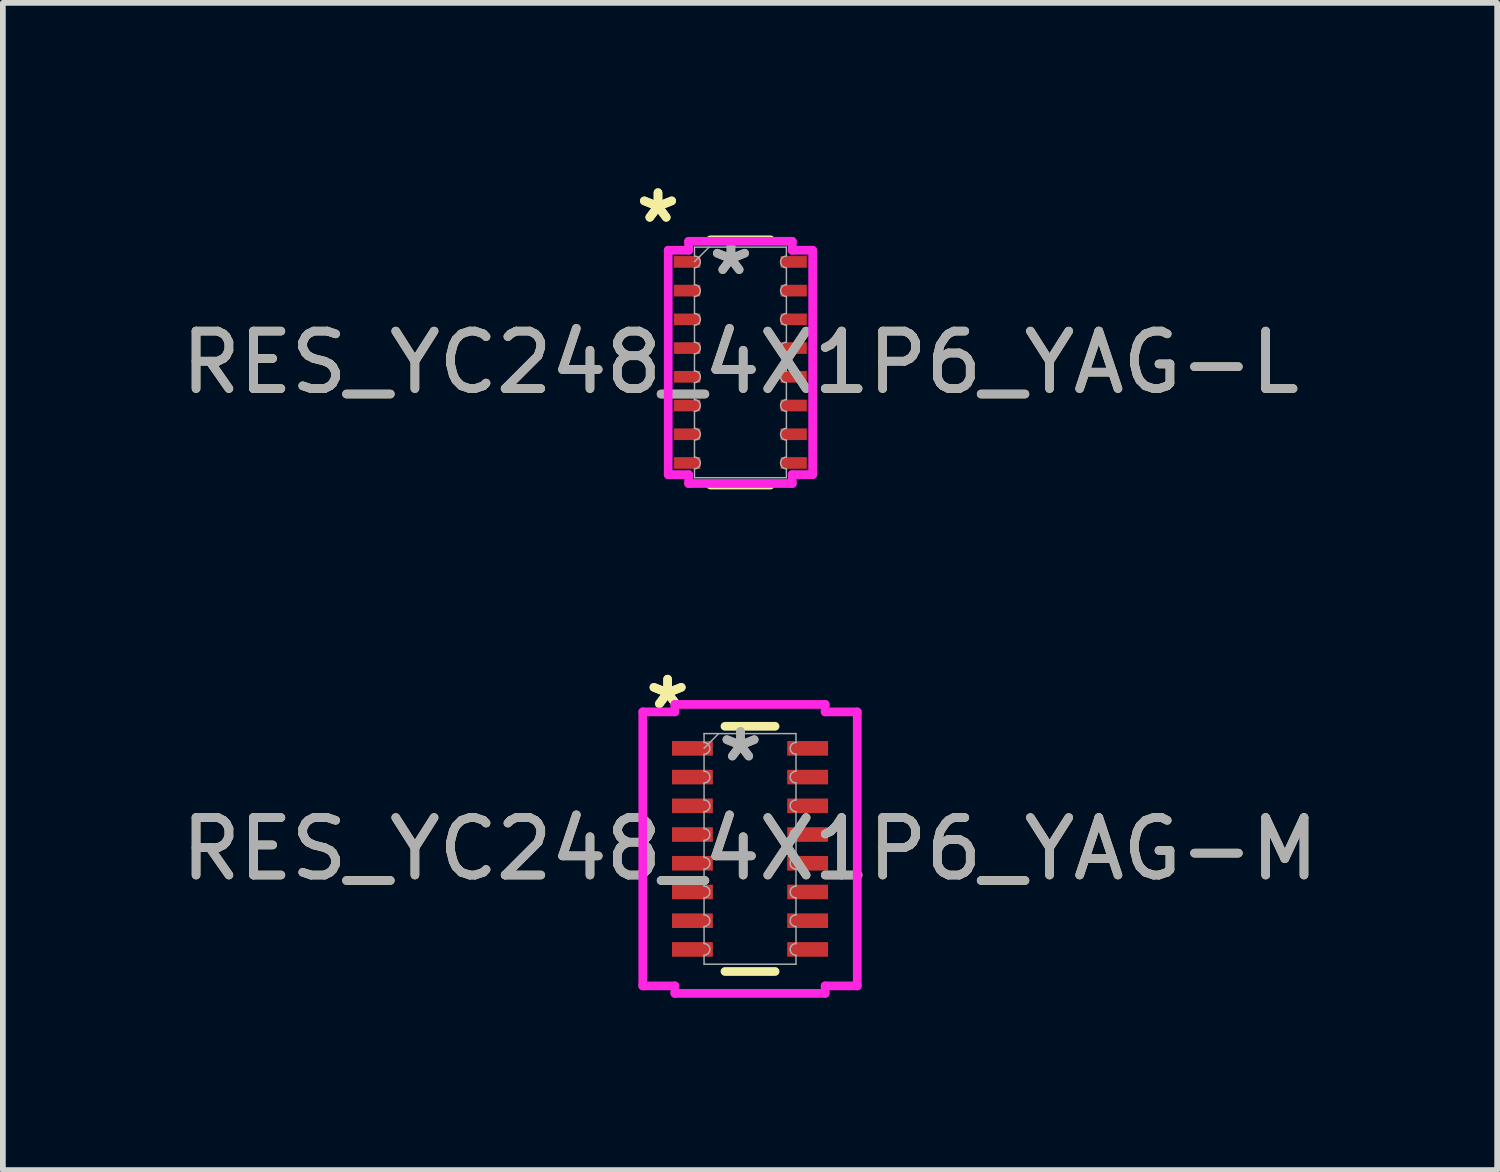
<source format=kicad_pcb>
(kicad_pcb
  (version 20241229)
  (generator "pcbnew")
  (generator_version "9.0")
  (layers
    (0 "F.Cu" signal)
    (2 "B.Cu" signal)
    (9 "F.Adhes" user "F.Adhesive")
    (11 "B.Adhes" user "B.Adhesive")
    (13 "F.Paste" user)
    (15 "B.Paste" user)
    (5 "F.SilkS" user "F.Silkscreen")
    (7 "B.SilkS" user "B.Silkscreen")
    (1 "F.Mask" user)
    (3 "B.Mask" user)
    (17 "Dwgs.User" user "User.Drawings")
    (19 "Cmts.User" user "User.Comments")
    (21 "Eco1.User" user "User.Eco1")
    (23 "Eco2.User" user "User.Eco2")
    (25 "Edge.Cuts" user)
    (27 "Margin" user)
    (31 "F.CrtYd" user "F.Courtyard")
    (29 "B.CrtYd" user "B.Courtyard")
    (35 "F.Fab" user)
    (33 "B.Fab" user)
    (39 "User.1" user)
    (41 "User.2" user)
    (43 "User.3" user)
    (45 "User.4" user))
  (footprint "RES_YC248_4X1P6_YAG-L"
    (layer "F.Cu")
    (at 9.839 3.259)
    (property "Reference" "RES_YC248_4X1P6_YAG-L" (at 0 0 0) (unlocked yes) (layer "F.SilkS") (effects (font (size 1 1) (thickness 0.15))))
    (attr smd)
    (fp_line (start -0.522 -2.134) (end 0.522 -2.134) (stroke (width 0.152) (type solid)) (layer "F.SilkS"))
    (fp_line (start -0.522 2.134) (end 0.522 2.134) (stroke (width 0.152) (type solid)) (layer "F.SilkS"))
    (fp_line (start -1.257 -1.953) (end -0.902 -1.953) (stroke (width 0.152) (type solid)) (layer "F.CrtYd"))
    (fp_line (start -1.257 1.953) (end -1.257 -1.953) (stroke (width 0.152) (type solid)) (layer "F.CrtYd"))
    (fp_line (start -1.257 1.953) (end -0.902 1.953) (stroke (width 0.152) (type solid)) (layer "F.CrtYd"))
    (fp_line (start -0.902 -2.108) (end 0.902 -2.108) (stroke (width 0.152) (type solid)) (layer "F.CrtYd"))
    (fp_line (start -0.902 -1.953) (end -0.902 -2.108) (stroke (width 0.152) (type solid)) (layer "F.CrtYd"))
    (fp_line (start -0.902 2.108) (end -0.902 1.953) (stroke (width 0.152) (type solid)) (layer "F.CrtYd"))
    (fp_line (start 0.902 -2.108) (end 0.902 -1.953) (stroke (width 0.152) (type solid)) (layer "F.CrtYd"))
    (fp_line (start 0.902 1.953) (end 0.902 2.108) (stroke (width 0.152) (type solid)) (layer "F.CrtYd"))
    (fp_line (start 0.902 2.108) (end -0.902 2.108) (stroke (width 0.152) (type solid)) (layer "F.CrtYd"))
    (fp_line (start 1.257 -1.953) (end 0.902 -1.953) (stroke (width 0.152) (type solid)) (layer "F.CrtYd"))
    (fp_line (start 1.257 -1.953) (end 1.257 1.953) (stroke (width 0.152) (type solid)) (layer "F.CrtYd"))
    (fp_line (start 1.257 1.953) (end 0.902 1.953) (stroke (width 0.152) (type solid)) (layer "F.CrtYd"))
    (fp_line (start -0.8 -2.007) (end 0.8 -2.007) (stroke (width 0.025) (type solid)) (layer "F.Fab"))
    (fp_line (start -0.8 -1.852) (end -0.8 -2.007) (stroke (width 0.025) (type solid)) (layer "F.Fab"))
    (fp_line (start -0.8 -1.648) (end -0.8 -1.352) (stroke (width 0.025) (type solid)) (layer "F.Fab"))
    (fp_line (start -0.8 -1.148) (end -0.8 -0.852) (stroke (width 0.025) (type solid)) (layer "F.Fab"))
    (fp_line (start -0.8 -0.648) (end -0.8 -0.352) (stroke (width 0.025) (type solid)) (layer "F.Fab"))
    (fp_line (start -0.8 -0.148) (end -0.8 0.148) (stroke (width 0.025) (type solid)) (layer "F.Fab"))
    (fp_line (start -0.8 0.352) (end -0.8 0.648) (stroke (width 0.025) (type solid)) (layer "F.Fab"))
    (fp_line (start -0.8 0.852) (end -0.8 1.148) (stroke (width 0.025) (type solid)) (layer "F.Fab"))
    (fp_line (start -0.8 1.352) (end -0.8 1.648) (stroke (width 0.025) (type solid)) (layer "F.Fab"))
    (fp_line (start -0.8 1.852) (end -0.8 2.007) (stroke (width 0.025) (type solid)) (layer "F.Fab"))
    (fp_line (start -0.8 2.007) (end 0.8 2.007) (stroke (width 0.025) (type solid)) (layer "F.Fab"))
    (fp_line (start -0.546 -2.007) (end -0.8 -1.753) (stroke (width 0.025) (type solid)) (layer "F.Fab"))
    (fp_line (start 0.8 -1.852) (end 0.8 -2.007) (stroke (width 0.025) (type solid)) (layer "F.Fab"))
    (fp_line (start 0.8 -1.648) (end 0.8 -1.352) (stroke (width 0.025) (type solid)) (layer "F.Fab"))
    (fp_line (start 0.8 -1.148) (end 0.8 -0.852) (stroke (width 0.025) (type solid)) (layer "F.Fab"))
    (fp_line (start 0.8 -0.648) (end 0.8 -0.352) (stroke (width 0.025) (type solid)) (layer "F.Fab"))
    (fp_line (start 0.8 -0.148) (end 0.8 0.148) (stroke (width 0.025) (type solid)) (layer "F.Fab"))
    (fp_line (start 0.8 0.352) (end 0.8 0.648) (stroke (width 0.025) (type solid)) (layer "F.Fab"))
    (fp_line (start 0.8 0.852) (end 0.8 1.148) (stroke (width 0.025) (type solid)) (layer "F.Fab"))
    (fp_line (start 0.8 1.352) (end 0.8 1.648) (stroke (width 0.025) (type solid)) (layer "F.Fab"))
    (fp_line (start 0.8 1.852) (end 0.8 2.007) (stroke (width 0.025) (type solid)) (layer "F.Fab"))
    (fp_arc (start -0.8001 -1.851599) (mid -0.6985 -1.749999) (end -0.8001 -1.648399) (stroke (width 0.0254) (type solid)) (layer "F.Fab"))
    (fp_arc (start -0.8001 -1.3516) (mid -0.6985 -1.25) (end -0.8001 -1.1484) (stroke (width 0.0254) (type solid)) (layer "F.Fab"))
    (fp_arc (start -0.8001 -0.851601) (mid -0.6985 -0.750001) (end -0.8001 -0.648401) (stroke (width 0.0254) (type solid)) (layer "F.Fab"))
    (fp_arc (start -0.8001 -0.351599) (mid -0.6985 -0.25) (end -0.8001 -0.1484) (stroke (width 0.0254) (type solid)) (layer "F.Fab"))
    (fp_arc (start -0.8001 0.1484) (mid -0.6985 0.249999) (end -0.8001 0.351599) (stroke (width 0.0254) (type solid)) (layer "F.Fab"))
    (fp_arc (start -0.8001 0.648401) (mid -0.6985 0.750001) (end -0.8001 0.851601) (stroke (width 0.0254) (type solid)) (layer "F.Fab"))
    (fp_arc (start -0.8001 1.1484) (mid -0.6985 1.25) (end -0.8001 1.3516) (stroke (width 0.0254) (type solid)) (layer "F.Fab"))
    (fp_arc (start -0.8001 1.648399) (mid -0.6985 1.749999) (end -0.8001 1.851599) (stroke (width 0.0254) (type solid)) (layer "F.Fab"))
    (fp_arc (start 0.8001 -1.648399) (mid 0.6985 -1.749999) (end 0.8001 -1.851599) (stroke (width 0.0254) (type solid)) (layer "F.Fab"))
    (fp_arc (start 0.8001 -1.1484) (mid 0.6985 -1.25) (end 0.8001 -1.3516) (stroke (width 0.0254) (type solid)) (layer "F.Fab"))
    (fp_arc (start 0.8001 -0.648401) (mid 0.6985 -0.750001) (end 0.8001 -0.851601) (stroke (width 0.0254) (type solid)) (layer "F.Fab"))
    (fp_arc (start 0.8001 -0.1484) (mid 0.6985 -0.249999) (end 0.8001 -0.351599) (stroke (width 0.0254) (type solid)) (layer "F.Fab"))
    (fp_arc (start 0.8001 0.351599) (mid 0.6985 0.25) (end 0.8001 0.1484) (stroke (width 0.0254) (type solid)) (layer "F.Fab"))
    (fp_arc (start 0.8001 0.851601) (mid 0.6985 0.750001) (end 0.8001 0.648401) (stroke (width 0.0254) (type solid)) (layer "F.Fab"))
    (fp_arc (start 0.8001 1.3516) (mid 0.6985 1.25) (end 0.8001 1.1484) (stroke (width 0.0254) (type solid)) (layer "F.Fab"))
    (fp_arc (start 0.8001 1.851599) (mid 0.6985 1.749999) (end 0.8001 1.648399) (stroke (width 0.0254) (type solid)) (layer "F.Fab"))
    (fp_text user "*" (at -1.435 -2.41 0) (layer "F.SilkS") (effects (font (size 1 1) (thickness 0.15))))
    (fp_text user "*" (at -1.435 -2.41 0) (unlocked yes) (layer "F.SilkS") (effects (font (size 1 1) (thickness 0.15))))
    (fp_text user "${REFERENCE}" (at 0 0 0) (unlocked yes) (layer "F.Fab") (effects (font (size 1 1) (thickness 0.15))))
    (fp_text user "*" (at -0.165 -1.499 0) (unlocked yes) (layer "F.Fab") (effects (font (size 1 1) (thickness 0.15))))
    (fp_text user "*" (at -0.165 -1.499 0) (layer "F.Fab") (effects (font (size 1 1) (thickness 0.15))))
    (pad "1" smd rect (at -0.927 -1.75) (size 0.457 0.203) (layers "F.Cu" "F.Mask" "F.Paste"))
    (pad "2" smd rect (at -0.927 -1.25) (size 0.457 0.203) (layers "F.Cu" "F.Mask" "F.Paste"))
    (pad "3" smd rect (at -0.927 -0.75) (size 0.457 0.203) (layers "F.Cu" "F.Mask" "F.Paste"))
    (pad "4" smd rect (at -0.927 -0.25) (size 0.457 0.203) (layers "F.Cu" "F.Mask" "F.Paste"))
    (pad "5" smd rect (at -0.927 0.25) (size 0.457 0.203) (layers "F.Cu" "F.Mask" "F.Paste"))
    (pad "6" smd rect (at -0.927 0.75) (size 0.457 0.203) (layers "F.Cu" "F.Mask" "F.Paste"))
    (pad "7" smd rect (at -0.927 1.25) (size 0.457 0.203) (layers "F.Cu" "F.Mask" "F.Paste"))
    (pad "8" smd rect (at -0.927 1.75) (size 0.457 0.203) (layers "F.Cu" "F.Mask" "F.Paste"))
    (pad "9" smd rect (at 0.927 1.75) (size 0.457 0.203) (layers "F.Cu" "F.Mask" "F.Paste"))
    (pad "10" smd rect (at 0.927 1.25) (size 0.457 0.203) (layers "F.Cu" "F.Mask" "F.Paste"))
    (pad "11" smd rect (at 0.927 0.75) (size 0.457 0.203) (layers "F.Cu" "F.Mask" "F.Paste"))
    (pad "12" smd rect (at 0.927 0.25) (size 0.457 0.203) (layers "F.Cu" "F.Mask" "F.Paste"))
    (pad "13" smd rect (at 0.927 -0.25) (size 0.457 0.203) (layers "F.Cu" "F.Mask" "F.Paste"))
    (pad "14" smd rect (at 0.927 -0.75) (size 0.457 0.203) (layers "F.Cu" "F.Mask" "F.Paste"))
    (pad "15" smd rect (at 0.927 -1.25) (size 0.457 0.203) (layers "F.Cu" "F.Mask" "F.Paste"))
    (pad "16" smd rect (at 0.927 -1.75) (size 0.457 0.203) (layers "F.Cu" "F.Mask" "F.Paste")))
  (footprint "RES_YC248_4X1P6_YAG-M"
    (layer "F.Cu")
    (at 10.006 11.727)
    (property "Reference" "RES_YC248_4X1P6_YAG-M" (at 0 0 0) (unlocked yes) (layer "F.SilkS") (effects (font (size 1 1) (thickness 0.15))))
    (attr smd)
    (fp_line (start -0.436 -2.134) (end 0.436 -2.134) (stroke (width 0.152) (type solid)) (layer "F.SilkS"))
    (fp_line (start -0.436 2.134) (end 0.436 2.134) (stroke (width 0.152) (type solid)) (layer "F.SilkS"))
    (fp_line (start -1.867 -2.385) (end -1.308 -2.385) (stroke (width 0.152) (type solid)) (layer "F.CrtYd"))
    (fp_line (start -1.867 2.385) (end -1.867 -2.385) (stroke (width 0.152) (type solid)) (layer "F.CrtYd"))
    (fp_line (start -1.867 2.385) (end -1.308 2.385) (stroke (width 0.152) (type solid)) (layer "F.CrtYd"))
    (fp_line (start -1.308 -2.515) (end 1.308 -2.515) (stroke (width 0.152) (type solid)) (layer "F.CrtYd"))
    (fp_line (start -1.308 -2.385) (end -1.308 -2.515) (stroke (width 0.152) (type solid)) (layer "F.CrtYd"))
    (fp_line (start -1.308 2.515) (end -1.308 2.385) (stroke (width 0.152) (type solid)) (layer "F.CrtYd"))
    (fp_line (start 1.308 -2.515) (end 1.308 -2.385) (stroke (width 0.152) (type solid)) (layer "F.CrtYd"))
    (fp_line (start 1.308 2.385) (end 1.308 2.515) (stroke (width 0.152) (type solid)) (layer "F.CrtYd"))
    (fp_line (start 1.308 2.515) (end -1.308 2.515) (stroke (width 0.152) (type solid)) (layer "F.CrtYd"))
    (fp_line (start 1.867 -2.385) (end 1.308 -2.385) (stroke (width 0.152) (type solid)) (layer "F.CrtYd"))
    (fp_line (start 1.867 -2.385) (end 1.867 2.385) (stroke (width 0.152) (type solid)) (layer "F.CrtYd"))
    (fp_line (start 1.867 2.385) (end 1.308 2.385) (stroke (width 0.152) (type solid)) (layer "F.CrtYd"))
    (fp_line (start -0.8 -2.007) (end 0.8 -2.007) (stroke (width 0.025) (type solid)) (layer "F.Fab"))
    (fp_line (start -0.8 -1.852) (end -0.8 -2.007) (stroke (width 0.025) (type solid)) (layer "F.Fab"))
    (fp_line (start -0.8 -1.648) (end -0.8 -1.352) (stroke (width 0.025) (type solid)) (layer "F.Fab"))
    (fp_line (start -0.8 -1.148) (end -0.8 -0.852) (stroke (width 0.025) (type solid)) (layer "F.Fab"))
    (fp_line (start -0.8 -0.648) (end -0.8 -0.352) (stroke (width 0.025) (type solid)) (layer "F.Fab"))
    (fp_line (start -0.8 -0.148) (end -0.8 0.148) (stroke (width 0.025) (type solid)) (layer "F.Fab"))
    (fp_line (start -0.8 0.352) (end -0.8 0.648) (stroke (width 0.025) (type solid)) (layer "F.Fab"))
    (fp_line (start -0.8 0.852) (end -0.8 1.148) (stroke (width 0.025) (type solid)) (layer "F.Fab"))
    (fp_line (start -0.8 1.352) (end -0.8 1.648) (stroke (width 0.025) (type solid)) (layer "F.Fab"))
    (fp_line (start -0.8 1.852) (end -0.8 2.007) (stroke (width 0.025) (type solid)) (layer "F.Fab"))
    (fp_line (start -0.8 2.007) (end 0.8 2.007) (stroke (width 0.025) (type solid)) (layer "F.Fab"))
    (fp_line (start -0.546 -2.007) (end -0.8 -1.753) (stroke (width 0.025) (type solid)) (layer "F.Fab"))
    (fp_line (start 0.8 -1.852) (end 0.8 -2.007) (stroke (width 0.025) (type solid)) (layer "F.Fab"))
    (fp_line (start 0.8 -1.648) (end 0.8 -1.352) (stroke (width 0.025) (type solid)) (layer "F.Fab"))
    (fp_line (start 0.8 -1.148) (end 0.8 -0.852) (stroke (width 0.025) (type solid)) (layer "F.Fab"))
    (fp_line (start 0.8 -0.648) (end 0.8 -0.352) (stroke (width 0.025) (type solid)) (layer "F.Fab"))
    (fp_line (start 0.8 -0.148) (end 0.8 0.148) (stroke (width 0.025) (type solid)) (layer "F.Fab"))
    (fp_line (start 0.8 0.352) (end 0.8 0.648) (stroke (width 0.025) (type solid)) (layer "F.Fab"))
    (fp_line (start 0.8 0.852) (end 0.8 1.148) (stroke (width 0.025) (type solid)) (layer "F.Fab"))
    (fp_line (start 0.8 1.352) (end 0.8 1.648) (stroke (width 0.025) (type solid)) (layer "F.Fab"))
    (fp_line (start 0.8 1.852) (end 0.8 2.007) (stroke (width 0.025) (type solid)) (layer "F.Fab"))
    (fp_arc (start -0.8001 -1.851599) (mid -0.6985 -1.749999) (end -0.8001 -1.648399) (stroke (width 0.0254) (type solid)) (layer "F.Fab"))
    (fp_arc (start -0.8001 -1.3516) (mid -0.6985 -1.25) (end -0.8001 -1.1484) (stroke (width 0.0254) (type solid)) (layer "F.Fab"))
    (fp_arc (start -0.8001 -0.851601) (mid -0.6985 -0.750001) (end -0.8001 -0.648401) (stroke (width 0.0254) (type solid)) (layer "F.Fab"))
    (fp_arc (start -0.8001 -0.351599) (mid -0.6985 -0.25) (end -0.8001 -0.1484) (stroke (width 0.0254) (type solid)) (layer "F.Fab"))
    (fp_arc (start -0.8001 0.1484) (mid -0.6985 0.249999) (end -0.8001 0.351599) (stroke (width 0.0254) (type solid)) (layer "F.Fab"))
    (fp_arc (start -0.8001 0.648401) (mid -0.6985 0.750001) (end -0.8001 0.851601) (stroke (width 0.0254) (type solid)) (layer "F.Fab"))
    (fp_arc (start -0.8001 1.1484) (mid -0.6985 1.25) (end -0.8001 1.3516) (stroke (width 0.0254) (type solid)) (layer "F.Fab"))
    (fp_arc (start -0.8001 1.648399) (mid -0.6985 1.749999) (end -0.8001 1.851599) (stroke (width 0.0254) (type solid)) (layer "F.Fab"))
    (fp_arc (start 0.8001 -1.648399) (mid 0.6985 -1.749999) (end 0.8001 -1.851599) (stroke (width 0.0254) (type solid)) (layer "F.Fab"))
    (fp_arc (start 0.8001 -1.1484) (mid 0.6985 -1.25) (end 0.8001 -1.3516) (stroke (width 0.0254) (type solid)) (layer "F.Fab"))
    (fp_arc (start 0.8001 -0.648401) (mid 0.6985 -0.750001) (end 0.8001 -0.851601) (stroke (width 0.0254) (type solid)) (layer "F.Fab"))
    (fp_arc (start 0.8001 -0.1484) (mid 0.6985 -0.249999) (end 0.8001 -0.351599) (stroke (width 0.0254) (type solid)) (layer "F.Fab"))
    (fp_arc (start 0.8001 0.351599) (mid 0.6985 0.25) (end 0.8001 0.1484) (stroke (width 0.0254) (type solid)) (layer "F.Fab"))
    (fp_arc (start 0.8001 0.851601) (mid 0.6985 0.750001) (end 0.8001 0.648401) (stroke (width 0.0254) (type solid)) (layer "F.Fab"))
    (fp_arc (start 0.8001 1.3516) (mid 0.6985 1.25) (end 0.8001 1.1484) (stroke (width 0.0254) (type solid)) (layer "F.Fab"))
    (fp_arc (start 0.8001 1.851599) (mid 0.6985 1.749999) (end 0.8001 1.648399) (stroke (width 0.0254) (type solid)) (layer "F.Fab"))
    (fp_text user "*" (at -1.435 -2.41 0) (layer "F.SilkS") (effects (font (size 1 1) (thickness 0.15))))
    (fp_text user "*" (at -1.435 -2.41 0) (unlocked yes) (layer "F.SilkS") (effects (font (size 1 1) (thickness 0.15))))
    (fp_text user "${REFERENCE}" (at 0 0 0) (unlocked yes) (layer "F.Fab") (effects (font (size 1 1) (thickness 0.15))))
    (fp_text user "*" (at -0.165 -1.499 0) (layer "F.Fab") (effects (font (size 1 1) (thickness 0.15))))
    (fp_text user "*" (at -0.165 -1.499 0) (unlocked yes) (layer "F.Fab") (effects (font (size 1 1) (thickness 0.15))))
    (pad "1" smd rect (at -1.003 -1.75) (size 0.711 0.254) (layers "F.Cu" "F.Mask" "F.Paste"))
    (pad "2" smd rect (at -1.003 -1.25) (size 0.711 0.254) (layers "F.Cu" "F.Mask" "F.Paste"))
    (pad "3" smd rect (at -1.003 -0.75) (size 0.711 0.254) (layers "F.Cu" "F.Mask" "F.Paste"))
    (pad "4" smd rect (at -1.003 -0.25) (size 0.711 0.254) (layers "F.Cu" "F.Mask" "F.Paste"))
    (pad "5" smd rect (at -1.003 0.25) (size 0.711 0.254) (layers "F.Cu" "F.Mask" "F.Paste"))
    (pad "6" smd rect (at -1.003 0.75) (size 0.711 0.254) (layers "F.Cu" "F.Mask" "F.Paste"))
    (pad "7" smd rect (at -1.003 1.25) (size 0.711 0.254) (layers "F.Cu" "F.Mask" "F.Paste"))
    (pad "8" smd rect (at -1.003 1.75) (size 0.711 0.254) (layers "F.Cu" "F.Mask" "F.Paste"))
    (pad "9" smd rect (at 1.003 1.75) (size 0.711 0.254) (layers "F.Cu" "F.Mask" "F.Paste"))
    (pad "10" smd rect (at 1.003 1.25) (size 0.711 0.254) (layers "F.Cu" "F.Mask" "F.Paste"))
    (pad "11" smd rect (at 1.003 0.75) (size 0.711 0.254) (layers "F.Cu" "F.Mask" "F.Paste"))
    (pad "12" smd rect (at 1.003 0.25) (size 0.711 0.254) (layers "F.Cu" "F.Mask" "F.Paste"))
    (pad "13" smd rect (at 1.003 -0.25) (size 0.711 0.254) (layers "F.Cu" "F.Mask" "F.Paste"))
    (pad "14" smd rect (at 1.003 -0.75) (size 0.711 0.254) (layers "F.Cu" "F.Mask" "F.Paste"))
    (pad "15" smd rect (at 1.003 -1.25) (size 0.711 0.254) (layers "F.Cu" "F.Mask" "F.Paste"))
    (pad "16" smd rect (at 1.003 -1.75) (size 0.711 0.254) (layers "F.Cu" "F.Mask" "F.Paste")))
  (gr_rect
    (start -3 -3)
    (end 23.012 17.318)
    (stroke (width 0.1) (type default))
    (fill no)
    (layer "Edge.Cuts")))
</source>
